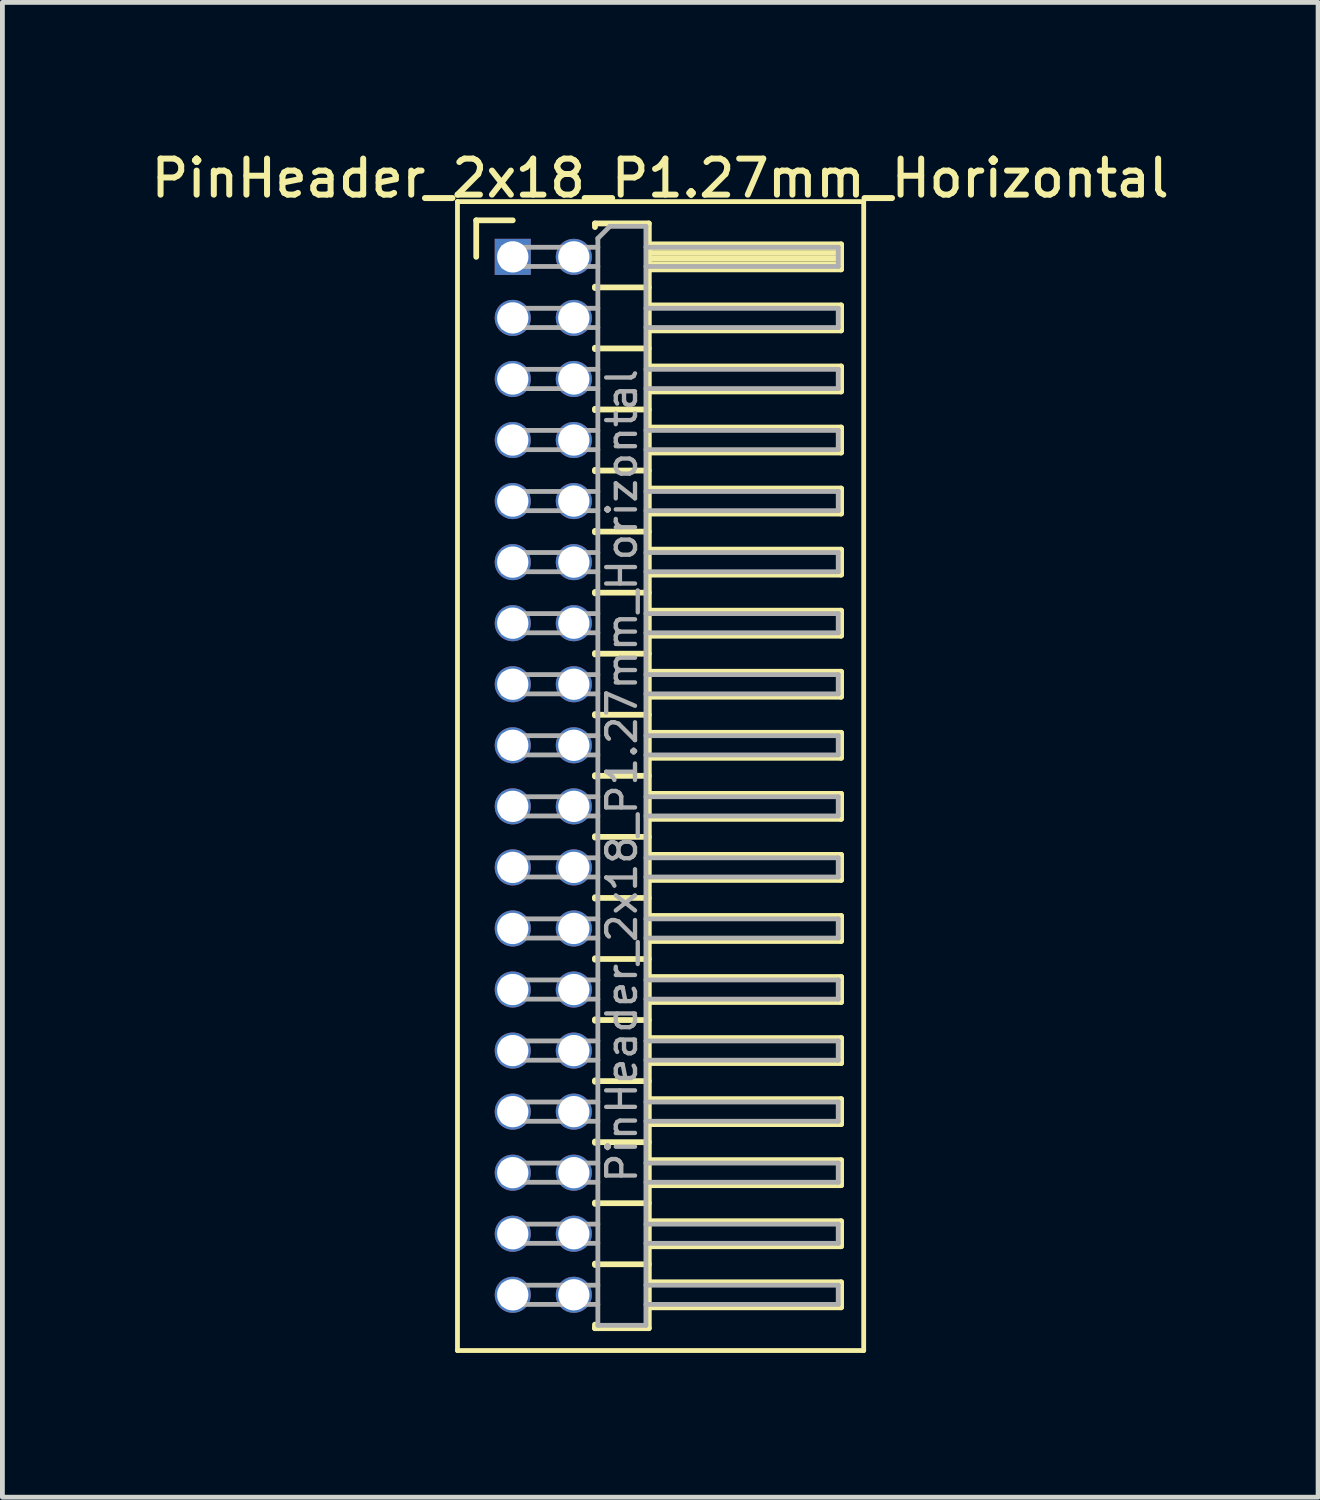
<source format=kicad_pcb>
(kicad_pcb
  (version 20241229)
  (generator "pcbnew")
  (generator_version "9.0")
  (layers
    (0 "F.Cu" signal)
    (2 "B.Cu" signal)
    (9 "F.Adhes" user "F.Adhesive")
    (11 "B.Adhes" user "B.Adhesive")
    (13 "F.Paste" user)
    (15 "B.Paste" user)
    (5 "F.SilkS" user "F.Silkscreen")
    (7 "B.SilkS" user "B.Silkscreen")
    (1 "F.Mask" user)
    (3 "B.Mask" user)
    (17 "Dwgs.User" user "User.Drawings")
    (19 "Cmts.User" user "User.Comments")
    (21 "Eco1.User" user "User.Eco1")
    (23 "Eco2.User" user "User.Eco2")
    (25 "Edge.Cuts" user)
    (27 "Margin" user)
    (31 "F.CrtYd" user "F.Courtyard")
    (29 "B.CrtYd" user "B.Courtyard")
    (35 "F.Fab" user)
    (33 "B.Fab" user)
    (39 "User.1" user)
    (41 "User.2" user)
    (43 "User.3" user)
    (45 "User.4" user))
  (footprint "PinHeader_2x18_P1.27mm_Horizontal"
    (layer "F.Cu")
    (at 7.616 2.293)
    (property "Reference" "PinHeader_2x18_P1.27mm_Horizontal" (at 3.067 -1.635 0) (layer "F.SilkS") (effects (font (size 0.75 0.75) (thickness 0.125))))
    (attr through_hole)
    (fp_line (start -1.15 -1.15) (end -1.15 22.75) (stroke (width 0.1) (type solid)) (layer "F.SilkS"))
    (fp_line (start -1.15 22.75) (end 7.3 22.75) (stroke (width 0.1) (type solid)) (layer "F.SilkS"))
    (fp_line (start -0.76 -0.76) (end 0 -0.76) (stroke (width 0.12) (type solid)) (layer "F.SilkS"))
    (fp_line (start -0.76 0) (end -0.76 -0.76) (stroke (width 0.12) (type solid)) (layer "F.SilkS"))
    (fp_line (start 1.71 -0.695) (end 2.83 -0.695) (stroke (width 0.12) (type solid)) (layer "F.SilkS"))
    (fp_line (start 1.71 -0.62) (end 1.71 -0.695) (stroke (width 0.12) (type solid)) (layer "F.SilkS"))
    (fp_line (start 1.71 0.62) (end 1.71 0.65) (stroke (width 0.12) (type solid)) (layer "F.SilkS"))
    (fp_line (start 1.71 0.635) (end 2.83 0.635) (stroke (width 0.12) (type solid)) (layer "F.SilkS"))
    (fp_line (start 1.71 1.89) (end 1.71 1.92) (stroke (width 0.12) (type solid)) (layer "F.SilkS"))
    (fp_line (start 1.71 1.905) (end 2.83 1.905) (stroke (width 0.12) (type solid)) (layer "F.SilkS"))
    (fp_line (start 1.71 3.16) (end 1.71 3.19) (stroke (width 0.12) (type solid)) (layer "F.SilkS"))
    (fp_line (start 1.71 3.175) (end 2.83 3.175) (stroke (width 0.12) (type solid)) (layer "F.SilkS"))
    (fp_line (start 1.71 4.43) (end 1.71 4.46) (stroke (width 0.12) (type solid)) (layer "F.SilkS"))
    (fp_line (start 1.71 4.445) (end 2.83 4.445) (stroke (width 0.12) (type solid)) (layer "F.SilkS"))
    (fp_line (start 1.71 5.7) (end 1.71 5.73) (stroke (width 0.12) (type solid)) (layer "F.SilkS"))
    (fp_line (start 1.71 5.715) (end 2.83 5.715) (stroke (width 0.12) (type solid)) (layer "F.SilkS"))
    (fp_line (start 1.71 6.97) (end 1.71 7) (stroke (width 0.12) (type solid)) (layer "F.SilkS"))
    (fp_line (start 1.71 6.985) (end 2.83 6.985) (stroke (width 0.12) (type solid)) (layer "F.SilkS"))
    (fp_line (start 1.71 8.24) (end 1.71 8.27) (stroke (width 0.12) (type solid)) (layer "F.SilkS"))
    (fp_line (start 1.71 8.255) (end 2.83 8.255) (stroke (width 0.12) (type solid)) (layer "F.SilkS"))
    (fp_line (start 1.71 9.51) (end 1.71 9.54) (stroke (width 0.12) (type solid)) (layer "F.SilkS"))
    (fp_line (start 1.71 9.525) (end 2.83 9.525) (stroke (width 0.12) (type solid)) (layer "F.SilkS"))
    (fp_line (start 1.71 10.78) (end 1.71 10.81) (stroke (width 0.12) (type solid)) (layer "F.SilkS"))
    (fp_line (start 1.71 10.795) (end 2.83 10.795) (stroke (width 0.12) (type solid)) (layer "F.SilkS"))
    (fp_line (start 1.71 12.05) (end 1.71 12.08) (stroke (width 0.12) (type solid)) (layer "F.SilkS"))
    (fp_line (start 1.71 12.065) (end 2.83 12.065) (stroke (width 0.12) (type solid)) (layer "F.SilkS"))
    (fp_line (start 1.71 13.32) (end 1.71 13.35) (stroke (width 0.12) (type solid)) (layer "F.SilkS"))
    (fp_line (start 1.71 13.335) (end 2.83 13.335) (stroke (width 0.12) (type solid)) (layer "F.SilkS"))
    (fp_line (start 1.71 14.59) (end 1.71 14.62) (stroke (width 0.12) (type solid)) (layer "F.SilkS"))
    (fp_line (start 1.71 14.605) (end 2.83 14.605) (stroke (width 0.12) (type solid)) (layer "F.SilkS"))
    (fp_line (start 1.71 15.86) (end 1.71 15.89) (stroke (width 0.12) (type solid)) (layer "F.SilkS"))
    (fp_line (start 1.71 15.875) (end 2.83 15.875) (stroke (width 0.12) (type solid)) (layer "F.SilkS"))
    (fp_line (start 1.71 17.13) (end 1.71 17.16) (stroke (width 0.12) (type solid)) (layer "F.SilkS"))
    (fp_line (start 1.71 17.145) (end 2.83 17.145) (stroke (width 0.12) (type solid)) (layer "F.SilkS"))
    (fp_line (start 1.71 18.4) (end 1.71 18.43) (stroke (width 0.12) (type solid)) (layer "F.SilkS"))
    (fp_line (start 1.71 18.415) (end 2.83 18.415) (stroke (width 0.12) (type solid)) (layer "F.SilkS"))
    (fp_line (start 1.71 19.67) (end 1.71 19.7) (stroke (width 0.12) (type solid)) (layer "F.SilkS"))
    (fp_line (start 1.71 19.685) (end 2.83 19.685) (stroke (width 0.12) (type solid)) (layer "F.SilkS"))
    (fp_line (start 1.71 20.94) (end 1.71 20.97) (stroke (width 0.12) (type solid)) (layer "F.SilkS"))
    (fp_line (start 1.71 20.955) (end 2.83 20.955) (stroke (width 0.12) (type solid)) (layer "F.SilkS"))
    (fp_line (start 1.71 22.285) (end 1.71 22.21) (stroke (width 0.12) (type solid)) (layer "F.SilkS"))
    (fp_line (start 2.83 -0.695) (end 2.83 22.285) (stroke (width 0.12) (type solid)) (layer "F.SilkS"))
    (fp_line (start 2.83 -0.26) (end 6.83 -0.26) (stroke (width 0.12) (type solid)) (layer "F.SilkS"))
    (fp_line (start 2.83 -0.2) (end 6.83 -0.2) (stroke (width 0.12) (type solid)) (layer "F.SilkS"))
    (fp_line (start 2.83 -0.08) (end 6.83 -0.08) (stroke (width 0.12) (type solid)) (layer "F.SilkS"))
    (fp_line (start 2.83 0.04) (end 6.83 0.04) (stroke (width 0.12) (type solid)) (layer "F.SilkS"))
    (fp_line (start 2.83 0.16) (end 6.83 0.16) (stroke (width 0.12) (type solid)) (layer "F.SilkS"))
    (fp_line (start 2.83 1.01) (end 6.83 1.01) (stroke (width 0.12) (type solid)) (layer "F.SilkS"))
    (fp_line (start 2.83 2.28) (end 6.83 2.28) (stroke (width 0.12) (type solid)) (layer "F.SilkS"))
    (fp_line (start 2.83 3.55) (end 6.83 3.55) (stroke (width 0.12) (type solid)) (layer "F.SilkS"))
    (fp_line (start 2.83 4.82) (end 6.83 4.82) (stroke (width 0.12) (type solid)) (layer "F.SilkS"))
    (fp_line (start 2.83 6.09) (end 6.83 6.09) (stroke (width 0.12) (type solid)) (layer "F.SilkS"))
    (fp_line (start 2.83 7.36) (end 6.83 7.36) (stroke (width 0.12) (type solid)) (layer "F.SilkS"))
    (fp_line (start 2.83 8.63) (end 6.83 8.63) (stroke (width 0.12) (type solid)) (layer "F.SilkS"))
    (fp_line (start 2.83 9.9) (end 6.83 9.9) (stroke (width 0.12) (type solid)) (layer "F.SilkS"))
    (fp_line (start 2.83 11.17) (end 6.83 11.17) (stroke (width 0.12) (type solid)) (layer "F.SilkS"))
    (fp_line (start 2.83 12.44) (end 6.83 12.44) (stroke (width 0.12) (type solid)) (layer "F.SilkS"))
    (fp_line (start 2.83 13.71) (end 6.83 13.71) (stroke (width 0.12) (type solid)) (layer "F.SilkS"))
    (fp_line (start 2.83 14.98) (end 6.83 14.98) (stroke (width 0.12) (type solid)) (layer "F.SilkS"))
    (fp_line (start 2.83 16.25) (end 6.83 16.25) (stroke (width 0.12) (type solid)) (layer "F.SilkS"))
    (fp_line (start 2.83 17.52) (end 6.83 17.52) (stroke (width 0.12) (type solid)) (layer "F.SilkS"))
    (fp_line (start 2.83 18.79) (end 6.83 18.79) (stroke (width 0.12) (type solid)) (layer "F.SilkS"))
    (fp_line (start 2.83 20.06) (end 6.83 20.06) (stroke (width 0.12) (type solid)) (layer "F.SilkS"))
    (fp_line (start 2.83 21.33) (end 6.83 21.33) (stroke (width 0.12) (type solid)) (layer "F.SilkS"))
    (fp_line (start 2.83 22.285) (end 1.71 22.285) (stroke (width 0.12) (type solid)) (layer "F.SilkS"))
    (fp_line (start 6.83 -0.26) (end 6.83 0.26) (stroke (width 0.12) (type solid)) (layer "F.SilkS"))
    (fp_line (start 6.83 0.26) (end 2.83 0.26) (stroke (width 0.12) (type solid)) (layer "F.SilkS"))
    (fp_line (start 6.83 1.01) (end 6.83 1.53) (stroke (width 0.12) (type solid)) (layer "F.SilkS"))
    (fp_line (start 6.83 1.53) (end 2.83 1.53) (stroke (width 0.12) (type solid)) (layer "F.SilkS"))
    (fp_line (start 6.83 2.28) (end 6.83 2.8) (stroke (width 0.12) (type solid)) (layer "F.SilkS"))
    (fp_line (start 6.83 2.8) (end 2.83 2.8) (stroke (width 0.12) (type solid)) (layer "F.SilkS"))
    (fp_line (start 6.83 3.55) (end 6.83 4.07) (stroke (width 0.12) (type solid)) (layer "F.SilkS"))
    (fp_line (start 6.83 4.07) (end 2.83 4.07) (stroke (width 0.12) (type solid)) (layer "F.SilkS"))
    (fp_line (start 6.83 4.82) (end 6.83 5.34) (stroke (width 0.12) (type solid)) (layer "F.SilkS"))
    (fp_line (start 6.83 5.34) (end 2.83 5.34) (stroke (width 0.12) (type solid)) (layer "F.SilkS"))
    (fp_line (start 6.83 6.09) (end 6.83 6.61) (stroke (width 0.12) (type solid)) (layer "F.SilkS"))
    (fp_line (start 6.83 6.61) (end 2.83 6.61) (stroke (width 0.12) (type solid)) (layer "F.SilkS"))
    (fp_line (start 6.83 7.36) (end 6.83 7.88) (stroke (width 0.12) (type solid)) (layer "F.SilkS"))
    (fp_line (start 6.83 7.88) (end 2.83 7.88) (stroke (width 0.12) (type solid)) (layer "F.SilkS"))
    (fp_line (start 6.83 8.63) (end 6.83 9.15) (stroke (width 0.12) (type solid)) (layer "F.SilkS"))
    (fp_line (start 6.83 9.15) (end 2.83 9.15) (stroke (width 0.12) (type solid)) (layer "F.SilkS"))
    (fp_line (start 6.83 9.9) (end 6.83 10.42) (stroke (width 0.12) (type solid)) (layer "F.SilkS"))
    (fp_line (start 6.83 10.42) (end 2.83 10.42) (stroke (width 0.12) (type solid)) (layer "F.SilkS"))
    (fp_line (start 6.83 11.17) (end 6.83 11.69) (stroke (width 0.12) (type solid)) (layer "F.SilkS"))
    (fp_line (start 6.83 11.69) (end 2.83 11.69) (stroke (width 0.12) (type solid)) (layer "F.SilkS"))
    (fp_line (start 6.83 12.44) (end 6.83 12.96) (stroke (width 0.12) (type solid)) (layer "F.SilkS"))
    (fp_line (start 6.83 12.96) (end 2.83 12.96) (stroke (width 0.12) (type solid)) (layer "F.SilkS"))
    (fp_line (start 6.83 13.71) (end 6.83 14.23) (stroke (width 0.12) (type solid)) (layer "F.SilkS"))
    (fp_line (start 6.83 14.23) (end 2.83 14.23) (stroke (width 0.12) (type solid)) (layer "F.SilkS"))
    (fp_line (start 6.83 14.98) (end 6.83 15.5) (stroke (width 0.12) (type solid)) (layer "F.SilkS"))
    (fp_line (start 6.83 15.5) (end 2.83 15.5) (stroke (width 0.12) (type solid)) (layer "F.SilkS"))
    (fp_line (start 6.83 16.25) (end 6.83 16.77) (stroke (width 0.12) (type solid)) (layer "F.SilkS"))
    (fp_line (start 6.83 16.77) (end 2.83 16.77) (stroke (width 0.12) (type solid)) (layer "F.SilkS"))
    (fp_line (start 6.83 17.52) (end 6.83 18.04) (stroke (width 0.12) (type solid)) (layer "F.SilkS"))
    (fp_line (start 6.83 18.04) (end 2.83 18.04) (stroke (width 0.12) (type solid)) (layer "F.SilkS"))
    (fp_line (start 6.83 18.79) (end 6.83 19.31) (stroke (width 0.12) (type solid)) (layer "F.SilkS"))
    (fp_line (start 6.83 19.31) (end 2.83 19.31) (stroke (width 0.12) (type solid)) (layer "F.SilkS"))
    (fp_line (start 6.83 20.06) (end 6.83 20.58) (stroke (width 0.12) (type solid)) (layer "F.SilkS"))
    (fp_line (start 6.83 20.58) (end 2.83 20.58) (stroke (width 0.12) (type solid)) (layer "F.SilkS"))
    (fp_line (start 6.83 21.33) (end 6.83 21.85) (stroke (width 0.12) (type solid)) (layer "F.SilkS"))
    (fp_line (start 6.83 21.85) (end 2.83 21.85) (stroke (width 0.12) (type solid)) (layer "F.SilkS"))
    (fp_line (start 7.3 -1.15) (end -1.15 -1.15) (stroke (width 0.1) (type solid)) (layer "F.SilkS"))
    (fp_line (start 7.3 22.75) (end 7.3 -1.15) (stroke (width 0.1) (type solid)) (layer "F.SilkS"))
    (fp_line (start -0.2 -0.2) (end -0.2 0.2) (stroke (width 0.1) (type solid)) (layer "F.Fab"))
    (fp_line (start -0.2 -0.2) (end 1.77 -0.2) (stroke (width 0.1) (type solid)) (layer "F.Fab"))
    (fp_line (start -0.2 0.2) (end 1.77 0.2) (stroke (width 0.1) (type solid)) (layer "F.Fab"))
    (fp_line (start -0.2 1.07) (end -0.2 1.47) (stroke (width 0.1) (type solid)) (layer "F.Fab"))
    (fp_line (start -0.2 1.07) (end 1.77 1.07) (stroke (width 0.1) (type solid)) (layer "F.Fab"))
    (fp_line (start -0.2 1.47) (end 1.77 1.47) (stroke (width 0.1) (type solid)) (layer "F.Fab"))
    (fp_line (start -0.2 2.34) (end -0.2 2.74) (stroke (width 0.1) (type solid)) (layer "F.Fab"))
    (fp_line (start -0.2 2.34) (end 1.77 2.34) (stroke (width 0.1) (type solid)) (layer "F.Fab"))
    (fp_line (start -0.2 2.74) (end 1.77 2.74) (stroke (width 0.1) (type solid)) (layer "F.Fab"))
    (fp_line (start -0.2 3.61) (end -0.2 4.01) (stroke (width 0.1) (type solid)) (layer "F.Fab"))
    (fp_line (start -0.2 3.61) (end 1.77 3.61) (stroke (width 0.1) (type solid)) (layer "F.Fab"))
    (fp_line (start -0.2 4.01) (end 1.77 4.01) (stroke (width 0.1) (type solid)) (layer "F.Fab"))
    (fp_line (start -0.2 4.88) (end -0.2 5.28) (stroke (width 0.1) (type solid)) (layer "F.Fab"))
    (fp_line (start -0.2 4.88) (end 1.77 4.88) (stroke (width 0.1) (type solid)) (layer "F.Fab"))
    (fp_line (start -0.2 5.28) (end 1.77 5.28) (stroke (width 0.1) (type solid)) (layer "F.Fab"))
    (fp_line (start -0.2 6.15) (end -0.2 6.55) (stroke (width 0.1) (type solid)) (layer "F.Fab"))
    (fp_line (start -0.2 6.15) (end 1.77 6.15) (stroke (width 0.1) (type solid)) (layer "F.Fab"))
    (fp_line (start -0.2 6.55) (end 1.77 6.55) (stroke (width 0.1) (type solid)) (layer "F.Fab"))
    (fp_line (start -0.2 7.42) (end -0.2 7.82) (stroke (width 0.1) (type solid)) (layer "F.Fab"))
    (fp_line (start -0.2 7.42) (end 1.77 7.42) (stroke (width 0.1) (type solid)) (layer "F.Fab"))
    (fp_line (start -0.2 7.82) (end 1.77 7.82) (stroke (width 0.1) (type solid)) (layer "F.Fab"))
    (fp_line (start -0.2 8.69) (end -0.2 9.09) (stroke (width 0.1) (type solid)) (layer "F.Fab"))
    (fp_line (start -0.2 8.69) (end 1.77 8.69) (stroke (width 0.1) (type solid)) (layer "F.Fab"))
    (fp_line (start -0.2 9.09) (end 1.77 9.09) (stroke (width 0.1) (type solid)) (layer "F.Fab"))
    (fp_line (start -0.2 9.96) (end -0.2 10.36) (stroke (width 0.1) (type solid)) (layer "F.Fab"))
    (fp_line (start -0.2 9.96) (end 1.77 9.96) (stroke (width 0.1) (type solid)) (layer "F.Fab"))
    (fp_line (start -0.2 10.36) (end 1.77 10.36) (stroke (width 0.1) (type solid)) (layer "F.Fab"))
    (fp_line (start -0.2 11.23) (end -0.2 11.63) (stroke (width 0.1) (type solid)) (layer "F.Fab"))
    (fp_line (start -0.2 11.23) (end 1.77 11.23) (stroke (width 0.1) (type solid)) (layer "F.Fab"))
    (fp_line (start -0.2 11.63) (end 1.77 11.63) (stroke (width 0.1) (type solid)) (layer "F.Fab"))
    (fp_line (start -0.2 12.5) (end -0.2 12.9) (stroke (width 0.1) (type solid)) (layer "F.Fab"))
    (fp_line (start -0.2 12.5) (end 1.77 12.5) (stroke (width 0.1) (type solid)) (layer "F.Fab"))
    (fp_line (start -0.2 12.9) (end 1.77 12.9) (stroke (width 0.1) (type solid)) (layer "F.Fab"))
    (fp_line (start -0.2 13.77) (end -0.2 14.17) (stroke (width 0.1) (type solid)) (layer "F.Fab"))
    (fp_line (start -0.2 13.77) (end 1.77 13.77) (stroke (width 0.1) (type solid)) (layer "F.Fab"))
    (fp_line (start -0.2 14.17) (end 1.77 14.17) (stroke (width 0.1) (type solid)) (layer "F.Fab"))
    (fp_line (start -0.2 15.04) (end -0.2 15.44) (stroke (width 0.1) (type solid)) (layer "F.Fab"))
    (fp_line (start -0.2 15.04) (end 1.77 15.04) (stroke (width 0.1) (type solid)) (layer "F.Fab"))
    (fp_line (start -0.2 15.44) (end 1.77 15.44) (stroke (width 0.1) (type solid)) (layer "F.Fab"))
    (fp_line (start -0.2 16.31) (end -0.2 16.71) (stroke (width 0.1) (type solid)) (layer "F.Fab"))
    (fp_line (start -0.2 16.31) (end 1.77 16.31) (stroke (width 0.1) (type solid)) (layer "F.Fab"))
    (fp_line (start -0.2 16.71) (end 1.77 16.71) (stroke (width 0.1) (type solid)) (layer "F.Fab"))
    (fp_line (start -0.2 17.58) (end -0.2 17.98) (stroke (width 0.1) (type solid)) (layer "F.Fab"))
    (fp_line (start -0.2 17.58) (end 1.77 17.58) (stroke (width 0.1) (type solid)) (layer "F.Fab"))
    (fp_line (start -0.2 17.98) (end 1.77 17.98) (stroke (width 0.1) (type solid)) (layer "F.Fab"))
    (fp_line (start -0.2 18.85) (end -0.2 19.25) (stroke (width 0.1) (type solid)) (layer "F.Fab"))
    (fp_line (start -0.2 18.85) (end 1.77 18.85) (stroke (width 0.1) (type solid)) (layer "F.Fab"))
    (fp_line (start -0.2 19.25) (end 1.77 19.25) (stroke (width 0.1) (type solid)) (layer "F.Fab"))
    (fp_line (start -0.2 20.12) (end -0.2 20.52) (stroke (width 0.1) (type solid)) (layer "F.Fab"))
    (fp_line (start -0.2 20.12) (end 1.77 20.12) (stroke (width 0.1) (type solid)) (layer "F.Fab"))
    (fp_line (start -0.2 20.52) (end 1.77 20.52) (stroke (width 0.1) (type solid)) (layer "F.Fab"))
    (fp_line (start -0.2 21.39) (end -0.2 21.79) (stroke (width 0.1) (type solid)) (layer "F.Fab"))
    (fp_line (start -0.2 21.39) (end 1.77 21.39) (stroke (width 0.1) (type solid)) (layer "F.Fab"))
    (fp_line (start -0.2 21.79) (end 1.77 21.79) (stroke (width 0.1) (type solid)) (layer "F.Fab"))
    (fp_line (start 1.77 -0.385) (end 2.02 -0.635) (stroke (width 0.1) (type solid)) (layer "F.Fab"))
    (fp_line (start 1.77 22.225) (end 1.77 -0.385) (stroke (width 0.1) (type solid)) (layer "F.Fab"))
    (fp_line (start 2.02 -0.635) (end 2.77 -0.635) (stroke (width 0.1) (type solid)) (layer "F.Fab"))
    (fp_line (start 2.77 -0.635) (end 2.77 22.225) (stroke (width 0.1) (type solid)) (layer "F.Fab"))
    (fp_line (start 2.77 -0.2) (end 6.77 -0.2) (stroke (width 0.1) (type solid)) (layer "F.Fab"))
    (fp_line (start 2.77 0.2) (end 6.77 0.2) (stroke (width 0.1) (type solid)) (layer "F.Fab"))
    (fp_line (start 2.77 1.07) (end 6.77 1.07) (stroke (width 0.1) (type solid)) (layer "F.Fab"))
    (fp_line (start 2.77 1.47) (end 6.77 1.47) (stroke (width 0.1) (type solid)) (layer "F.Fab"))
    (fp_line (start 2.77 2.34) (end 6.77 2.34) (stroke (width 0.1) (type solid)) (layer "F.Fab"))
    (fp_line (start 2.77 2.74) (end 6.77 2.74) (stroke (width 0.1) (type solid)) (layer "F.Fab"))
    (fp_line (start 2.77 3.61) (end 6.77 3.61) (stroke (width 0.1) (type solid)) (layer "F.Fab"))
    (fp_line (start 2.77 4.01) (end 6.77 4.01) (stroke (width 0.1) (type solid)) (layer "F.Fab"))
    (fp_line (start 2.77 4.88) (end 6.77 4.88) (stroke (width 0.1) (type solid)) (layer "F.Fab"))
    (fp_line (start 2.77 5.28) (end 6.77 5.28) (stroke (width 0.1) (type solid)) (layer "F.Fab"))
    (fp_line (start 2.77 6.15) (end 6.77 6.15) (stroke (width 0.1) (type solid)) (layer "F.Fab"))
    (fp_line (start 2.77 6.55) (end 6.77 6.55) (stroke (width 0.1) (type solid)) (layer "F.Fab"))
    (fp_line (start 2.77 7.42) (end 6.77 7.42) (stroke (width 0.1) (type solid)) (layer "F.Fab"))
    (fp_line (start 2.77 7.82) (end 6.77 7.82) (stroke (width 0.1) (type solid)) (layer "F.Fab"))
    (fp_line (start 2.77 8.69) (end 6.77 8.69) (stroke (width 0.1) (type solid)) (layer "F.Fab"))
    (fp_line (start 2.77 9.09) (end 6.77 9.09) (stroke (width 0.1) (type solid)) (layer "F.Fab"))
    (fp_line (start 2.77 9.96) (end 6.77 9.96) (stroke (width 0.1) (type solid)) (layer "F.Fab"))
    (fp_line (start 2.77 10.36) (end 6.77 10.36) (stroke (width 0.1) (type solid)) (layer "F.Fab"))
    (fp_line (start 2.77 11.23) (end 6.77 11.23) (stroke (width 0.1) (type solid)) (layer "F.Fab"))
    (fp_line (start 2.77 11.63) (end 6.77 11.63) (stroke (width 0.1) (type solid)) (layer "F.Fab"))
    (fp_line (start 2.77 12.5) (end 6.77 12.5) (stroke (width 0.1) (type solid)) (layer "F.Fab"))
    (fp_line (start 2.77 12.9) (end 6.77 12.9) (stroke (width 0.1) (type solid)) (layer "F.Fab"))
    (fp_line (start 2.77 13.77) (end 6.77 13.77) (stroke (width 0.1) (type solid)) (layer "F.Fab"))
    (fp_line (start 2.77 14.17) (end 6.77 14.17) (stroke (width 0.1) (type solid)) (layer "F.Fab"))
    (fp_line (start 2.77 15.04) (end 6.77 15.04) (stroke (width 0.1) (type solid)) (layer "F.Fab"))
    (fp_line (start 2.77 15.44) (end 6.77 15.44) (stroke (width 0.1) (type solid)) (layer "F.Fab"))
    (fp_line (start 2.77 16.31) (end 6.77 16.31) (stroke (width 0.1) (type solid)) (layer "F.Fab"))
    (fp_line (start 2.77 16.71) (end 6.77 16.71) (stroke (width 0.1) (type solid)) (layer "F.Fab"))
    (fp_line (start 2.77 17.58) (end 6.77 17.58) (stroke (width 0.1) (type solid)) (layer "F.Fab"))
    (fp_line (start 2.77 17.98) (end 6.77 17.98) (stroke (width 0.1) (type solid)) (layer "F.Fab"))
    (fp_line (start 2.77 18.85) (end 6.77 18.85) (stroke (width 0.1) (type solid)) (layer "F.Fab"))
    (fp_line (start 2.77 19.25) (end 6.77 19.25) (stroke (width 0.1) (type solid)) (layer "F.Fab"))
    (fp_line (start 2.77 20.12) (end 6.77 20.12) (stroke (width 0.1) (type solid)) (layer "F.Fab"))
    (fp_line (start 2.77 20.52) (end 6.77 20.52) (stroke (width 0.1) (type solid)) (layer "F.Fab"))
    (fp_line (start 2.77 21.39) (end 6.77 21.39) (stroke (width 0.1) (type solid)) (layer "F.Fab"))
    (fp_line (start 2.77 21.79) (end 6.77 21.79) (stroke (width 0.1) (type solid)) (layer "F.Fab"))
    (fp_line (start 2.77 22.225) (end 1.77 22.225) (stroke (width 0.1) (type solid)) (layer "F.Fab"))
    (fp_line (start 6.77 -0.2) (end 6.77 0.2) (stroke (width 0.1) (type solid)) (layer "F.Fab"))
    (fp_line (start 6.77 1.07) (end 6.77 1.47) (stroke (width 0.1) (type solid)) (layer "F.Fab"))
    (fp_line (start 6.77 2.34) (end 6.77 2.74) (stroke (width 0.1) (type solid)) (layer "F.Fab"))
    (fp_line (start 6.77 3.61) (end 6.77 4.01) (stroke (width 0.1) (type solid)) (layer "F.Fab"))
    (fp_line (start 6.77 4.88) (end 6.77 5.28) (stroke (width 0.1) (type solid)) (layer "F.Fab"))
    (fp_line (start 6.77 6.15) (end 6.77 6.55) (stroke (width 0.1) (type solid)) (layer "F.Fab"))
    (fp_line (start 6.77 7.42) (end 6.77 7.82) (stroke (width 0.1) (type solid)) (layer "F.Fab"))
    (fp_line (start 6.77 8.69) (end 6.77 9.09) (stroke (width 0.1) (type solid)) (layer "F.Fab"))
    (fp_line (start 6.77 9.96) (end 6.77 10.36) (stroke (width 0.1) (type solid)) (layer "F.Fab"))
    (fp_line (start 6.77 11.23) (end 6.77 11.63) (stroke (width 0.1) (type solid)) (layer "F.Fab"))
    (fp_line (start 6.77 12.5) (end 6.77 12.9) (stroke (width 0.1) (type solid)) (layer "F.Fab"))
    (fp_line (start 6.77 13.77) (end 6.77 14.17) (stroke (width 0.1) (type solid)) (layer "F.Fab"))
    (fp_line (start 6.77 15.04) (end 6.77 15.44) (stroke (width 0.1) (type solid)) (layer "F.Fab"))
    (fp_line (start 6.77 16.31) (end 6.77 16.71) (stroke (width 0.1) (type solid)) (layer "F.Fab"))
    (fp_line (start 6.77 17.58) (end 6.77 17.98) (stroke (width 0.1) (type solid)) (layer "F.Fab"))
    (fp_line (start 6.77 18.85) (end 6.77 19.25) (stroke (width 0.1) (type solid)) (layer "F.Fab"))
    (fp_line (start 6.77 20.12) (end 6.77 20.52) (stroke (width 0.1) (type solid)) (layer "F.Fab"))
    (fp_line (start 6.77 21.39) (end 6.77 21.79) (stroke (width 0.1) (type solid)) (layer "F.Fab"))
    (fp_text user "${REFERENCE}" (at 2.27 10.795 90) (layer "F.Fab") (effects (font (size 0.6 0.6) (thickness 0.09))))
    (pad "1" thru_hole rect (at 0 0) (size 0.75 0.75) (drill 0.65) (layers "*.Cu" "*.Mask"))
    (pad "2" thru_hole oval (at 1.27 0) (size 0.75 0.75) (drill 0.65) (layers "*.Cu" "*.Mask"))
    (pad "3" thru_hole oval (at 0 1.27) (size 0.75 0.75) (drill 0.65) (layers "*.Cu" "*.Mask"))
    (pad "4" thru_hole oval (at 1.27 1.27) (size 0.75 0.75) (drill 0.65) (layers "*.Cu" "*.Mask"))
    (pad "5" thru_hole oval (at 0 2.54) (size 0.75 0.75) (drill 0.65) (layers "*.Cu" "*.Mask"))
    (pad "6" thru_hole oval (at 1.27 2.54) (size 0.75 0.75) (drill 0.65) (layers "*.Cu" "*.Mask"))
    (pad "7" thru_hole oval (at 0 3.81) (size 0.75 0.75) (drill 0.65) (layers "*.Cu" "*.Mask"))
    (pad "8" thru_hole oval (at 1.27 3.81) (size 0.75 0.75) (drill 0.65) (layers "*.Cu" "*.Mask"))
    (pad "9" thru_hole oval (at 0 5.08) (size 0.75 0.75) (drill 0.65) (layers "*.Cu" "*.Mask"))
    (pad "10" thru_hole oval (at 1.27 5.08) (size 0.75 0.75) (drill 0.65) (layers "*.Cu" "*.Mask"))
    (pad "11" thru_hole oval (at 0 6.35) (size 0.75 0.75) (drill 0.65) (layers "*.Cu" "*.Mask"))
    (pad "12" thru_hole oval (at 1.27 6.35) (size 0.75 0.75) (drill 0.65) (layers "*.Cu" "*.Mask"))
    (pad "13" thru_hole oval (at 0 7.62) (size 0.75 0.75) (drill 0.65) (layers "*.Cu" "*.Mask"))
    (pad "14" thru_hole oval (at 1.27 7.62) (size 0.75 0.75) (drill 0.65) (layers "*.Cu" "*.Mask"))
    (pad "15" thru_hole oval (at 0 8.89) (size 0.75 0.75) (drill 0.65) (layers "*.Cu" "*.Mask"))
    (pad "16" thru_hole oval (at 1.27 8.89) (size 0.75 0.75) (drill 0.65) (layers "*.Cu" "*.Mask"))
    (pad "17" thru_hole oval (at 0 10.16) (size 0.75 0.75) (drill 0.65) (layers "*.Cu" "*.Mask"))
    (pad "18" thru_hole oval (at 1.27 10.16) (size 0.75 0.75) (drill 0.65) (layers "*.Cu" "*.Mask"))
    (pad "19" thru_hole oval (at 0 11.43) (size 0.75 0.75) (drill 0.65) (layers "*.Cu" "*.Mask"))
    (pad "20" thru_hole oval (at 1.27 11.43) (size 0.75 0.75) (drill 0.65) (layers "*.Cu" "*.Mask"))
    (pad "21" thru_hole oval (at 0 12.7) (size 0.75 0.75) (drill 0.65) (layers "*.Cu" "*.Mask"))
    (pad "22" thru_hole oval (at 1.27 12.7) (size 0.75 0.75) (drill 0.65) (layers "*.Cu" "*.Mask"))
    (pad "23" thru_hole oval (at 0 13.97) (size 0.75 0.75) (drill 0.65) (layers "*.Cu" "*.Mask"))
    (pad "24" thru_hole oval (at 1.27 13.97) (size 0.75 0.75) (drill 0.65) (layers "*.Cu" "*.Mask"))
    (pad "25" thru_hole oval (at 0 15.24) (size 0.75 0.75) (drill 0.65) (layers "*.Cu" "*.Mask"))
    (pad "26" thru_hole oval (at 1.27 15.24) (size 0.75 0.75) (drill 0.65) (layers "*.Cu" "*.Mask"))
    (pad "27" thru_hole oval (at 0 16.51) (size 0.75 0.75) (drill 0.65) (layers "*.Cu" "*.Mask"))
    (pad "28" thru_hole oval (at 1.27 16.51) (size 0.75 0.75) (drill 0.65) (layers "*.Cu" "*.Mask"))
    (pad "29" thru_hole oval (at 0 17.78) (size 0.75 0.75) (drill 0.65) (layers "*.Cu" "*.Mask"))
    (pad "30" thru_hole oval (at 1.27 17.78) (size 0.75 0.75) (drill 0.65) (layers "*.Cu" "*.Mask"))
    (pad "31" thru_hole oval (at 0 19.05) (size 0.75 0.75) (drill 0.65) (layers "*.Cu" "*.Mask"))
    (pad "32" thru_hole oval (at 1.27 19.05) (size 0.75 0.75) (drill 0.65) (layers "*.Cu" "*.Mask"))
    (pad "33" thru_hole oval (at 0 20.32) (size 0.75 0.75) (drill 0.65) (layers "*.Cu" "*.Mask"))
    (pad "34" thru_hole oval (at 1.27 20.32) (size 0.75 0.75) (drill 0.65) (layers "*.Cu" "*.Mask"))
    (pad "35" thru_hole oval (at 0 21.59) (size 0.75 0.75) (drill 0.65) (layers "*.Cu" "*.Mask"))
    (pad "36" thru_hole oval (at 1.27 21.59) (size 0.75 0.75) (drill 0.65) (layers "*.Cu" "*.Mask")))
  (gr_rect
    (start -3 -3)
    (end 24.368 28.093)
    (stroke (width 0.1) (type default))
    (fill no)
    (layer "Edge.Cuts")))
</source>
